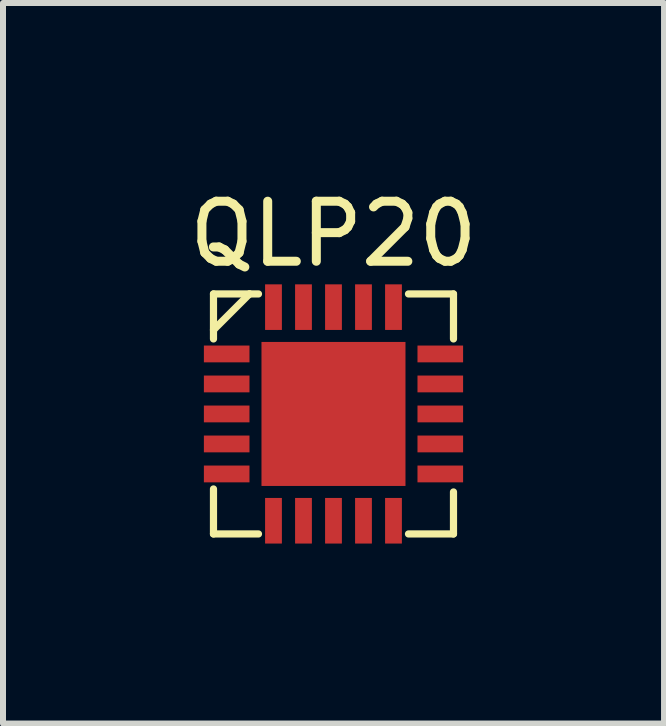
<source format=kicad_pcb>
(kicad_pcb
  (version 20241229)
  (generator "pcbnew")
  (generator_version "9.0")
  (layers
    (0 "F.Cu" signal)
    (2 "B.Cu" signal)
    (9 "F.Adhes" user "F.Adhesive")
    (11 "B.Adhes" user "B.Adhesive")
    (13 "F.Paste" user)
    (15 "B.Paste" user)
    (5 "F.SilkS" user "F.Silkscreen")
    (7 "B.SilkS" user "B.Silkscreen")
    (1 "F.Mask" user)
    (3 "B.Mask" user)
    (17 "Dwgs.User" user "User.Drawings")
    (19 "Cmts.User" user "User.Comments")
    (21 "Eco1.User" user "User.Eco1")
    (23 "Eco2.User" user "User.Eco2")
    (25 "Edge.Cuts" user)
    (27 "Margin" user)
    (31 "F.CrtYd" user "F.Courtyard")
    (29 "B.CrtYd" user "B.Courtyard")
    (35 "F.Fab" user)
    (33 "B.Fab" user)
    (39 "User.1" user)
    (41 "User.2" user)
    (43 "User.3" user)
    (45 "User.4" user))
  (footprint "QLP20"
    (layer "F.Cu")
    (at 2.508 3.849)
    (property "Reference" "QLP20" (at 0 -3 0) (layer "F.SilkS") (effects (font (size 1.001 1.001) (thickness 0.15))))
    (attr smd)
    (fp_line (start -2 -2) (end -1.4 -2) (stroke (width 0.12) (type solid)) (layer "F.SilkS"))
    (fp_line (start -2 -1.4) (end -1.4 -2) (stroke (width 0.12) (type solid)) (layer "F.SilkS"))
    (fp_line (start -2 -1.25) (end -2 -2) (stroke (width 0.12) (type solid)) (layer "F.SilkS"))
    (fp_line (start -2 2) (end -2 1.25) (stroke (width 0.12) (type solid)) (layer "F.SilkS"))
    (fp_line (start -2 2) (end -1.25 2) (stroke (width 0.12) (type solid)) (layer "F.SilkS"))
    (fp_line (start -1.4 -2) (end -1.25 -2) (stroke (width 0.12) (type solid)) (layer "F.SilkS"))
    (fp_line (start 2 -2) (end 1.25 -2) (stroke (width 0.12) (type solid)) (layer "F.SilkS"))
    (fp_line (start 2 -2) (end 2 -1.25) (stroke (width 0.12) (type solid)) (layer "F.SilkS"))
    (fp_line (start 2 1.3) (end 2 2) (stroke (width 0.12) (type solid)) (layer "F.SilkS"))
    (fp_line (start 2 2) (end 1.25 2) (stroke (width 0.12) (type solid)) (layer "F.SilkS"))
    (pad "1" smd rect (at -1.78 -1) (size 0.76 0.28) (layers "F.Cu" "F.Mask" "F.Paste"))
    (pad "2" smd rect (at -1.78 -0.5) (size 0.76 0.28) (layers "F.Cu" "F.Mask" "F.Paste"))
    (pad "3" smd rect (at -1.78 0) (size 0.76 0.28) (layers "F.Cu" "F.Mask" "F.Paste"))
    (pad "4" smd rect (at -1.78 0.5) (size 0.76 0.28) (layers "F.Cu" "F.Mask" "F.Paste"))
    (pad "5" smd rect (at -1.78 1) (size 0.76 0.28) (layers "F.Cu" "F.Mask" "F.Paste"))
    (pad "6" smd rect (at -1 1.78) (size 0.28 0.76) (layers "F.Cu" "F.Mask" "F.Paste"))
    (pad "7" smd rect (at -0.5 1.78) (size 0.28 0.76) (layers "F.Cu" "F.Mask" "F.Paste"))
    (pad "8" smd rect (at 0 1.78) (size 0.28 0.76) (layers "F.Cu" "F.Mask" "F.Paste"))
    (pad "9" smd rect (at 0.5 1.78) (size 0.28 0.76) (layers "F.Cu" "F.Mask" "F.Paste"))
    (pad "10" smd rect (at 1 1.78) (size 0.28 0.76) (layers "F.Cu" "F.Mask" "F.Paste"))
    (pad "11" smd rect (at 1.78 1) (size 0.76 0.28) (layers "F.Cu" "F.Mask" "F.Paste"))
    (pad "12" smd rect (at 1.78 0.5) (size 0.76 0.28) (layers "F.Cu" "F.Mask" "F.Paste"))
    (pad "13" smd rect (at 1.78 0) (size 0.76 0.28) (layers "F.Cu" "F.Mask" "F.Paste"))
    (pad "14" smd rect (at 1.78 -0.5) (size 0.76 0.28) (layers "F.Cu" "F.Mask" "F.Paste"))
    (pad "15" smd rect (at 1.78 -1) (size 0.76 0.28) (layers "F.Cu" "F.Mask" "F.Paste"))
    (pad "16" smd rect (at 1 -1.78) (size 0.28 0.76) (layers "F.Cu" "F.Mask" "F.Paste"))
    (pad "17" smd rect (at 0.5 -1.78) (size 0.28 0.76) (layers "F.Cu" "F.Mask" "F.Paste"))
    (pad "18" smd rect (at 0 -1.78) (size 0.28 0.76) (layers "F.Cu" "F.Mask" "F.Paste"))
    (pad "19" smd rect (at -0.5 -1.78) (size 0.28 0.76) (layers "F.Cu" "F.Mask" "F.Paste"))
    (pad "20" smd rect (at -1 -1.78) (size 0.28 0.76) (layers "F.Cu" "F.Mask" "F.Paste"))
    (pad "DAP" smd rect (at 0 0) (size 2.4 2.4) (layers "F.Cu" "F.Mask" "F.Paste")))
  (gr_rect
    (start -3 -3)
    (end 8.017 9.009)
    (stroke (width 0.1) (type default))
    (fill no)
    (layer "Edge.Cuts")))
</source>
